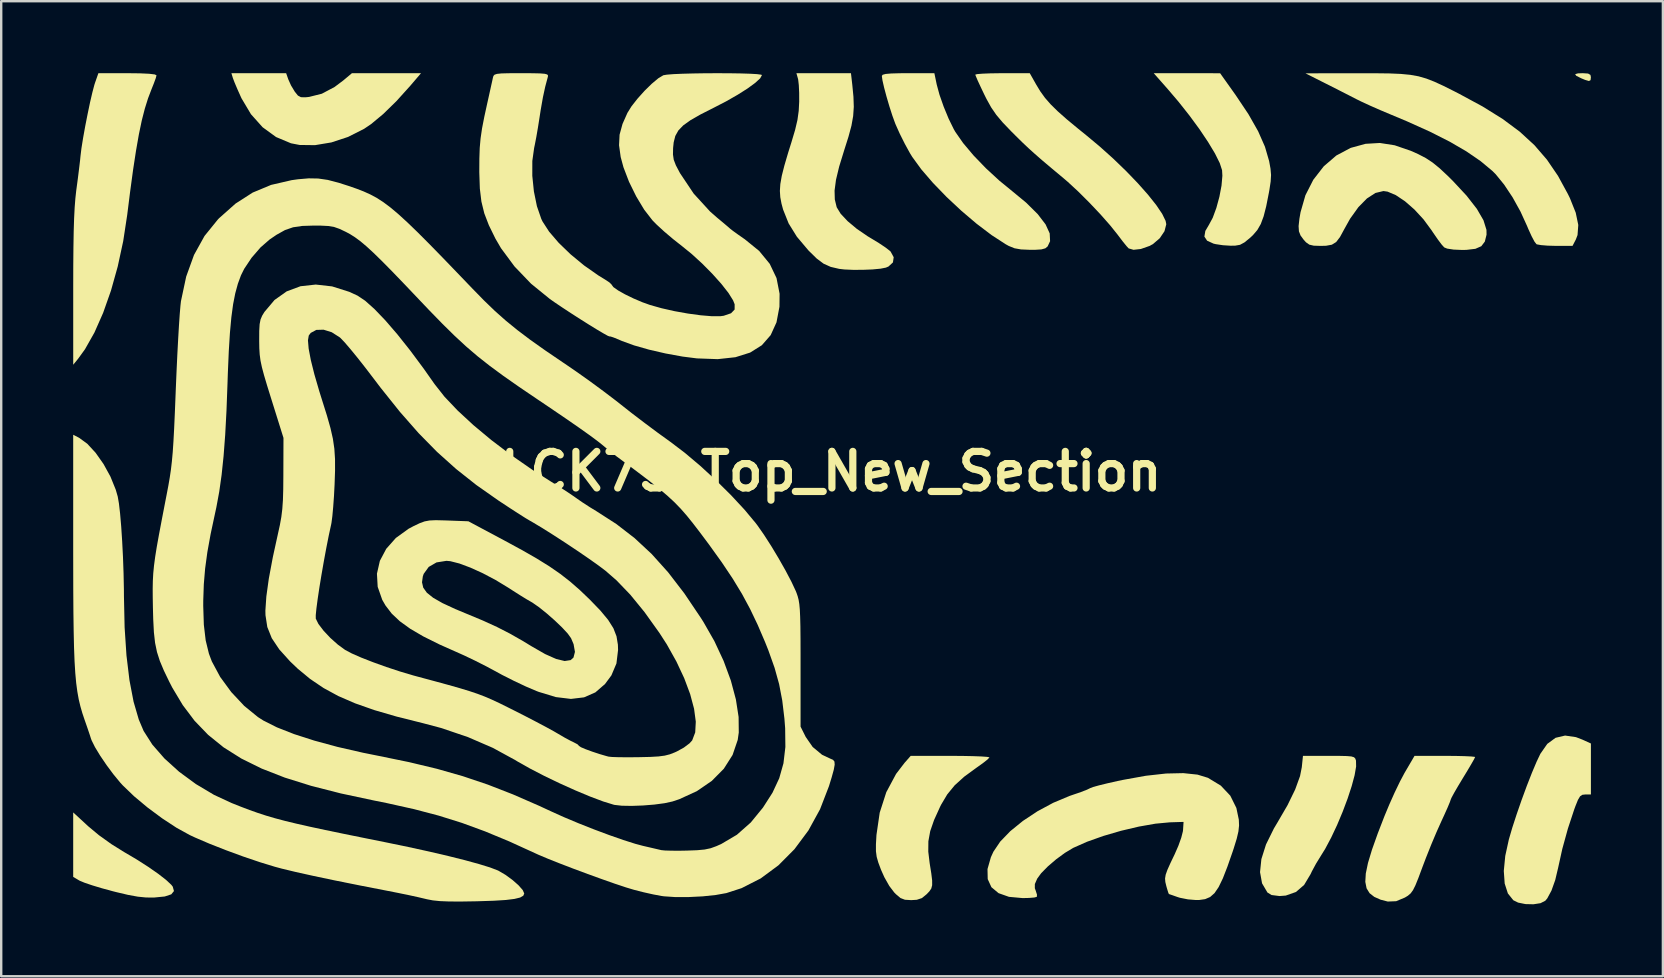
<source format=kicad_pcb>
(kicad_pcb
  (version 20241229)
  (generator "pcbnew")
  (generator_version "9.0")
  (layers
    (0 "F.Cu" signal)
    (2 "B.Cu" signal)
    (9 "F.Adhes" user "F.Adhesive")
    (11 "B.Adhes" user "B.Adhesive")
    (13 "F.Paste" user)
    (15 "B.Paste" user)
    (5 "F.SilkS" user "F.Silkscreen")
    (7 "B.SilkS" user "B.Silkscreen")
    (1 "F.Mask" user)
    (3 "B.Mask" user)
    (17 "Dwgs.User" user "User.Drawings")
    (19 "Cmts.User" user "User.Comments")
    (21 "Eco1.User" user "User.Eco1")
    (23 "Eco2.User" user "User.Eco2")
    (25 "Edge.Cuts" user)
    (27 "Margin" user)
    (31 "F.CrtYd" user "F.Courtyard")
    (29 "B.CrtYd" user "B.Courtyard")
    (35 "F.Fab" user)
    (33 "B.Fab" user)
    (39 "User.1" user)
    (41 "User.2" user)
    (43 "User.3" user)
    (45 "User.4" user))
  (footprint "LCK75_Top_New_Section"
    (layer "F.Cu")
    (at 31.581 16.595)
    (property "Reference" "LCK75_Top_New_Section" (at 0 0 0) (layer "F.SilkS") (effects (font (size 1.524 1.524) (thickness 0.3))))
    (attr board_only exclude_from_pos_files exclude_from_bom)
    (fp_poly (pts (xy 31.548 -16.58) (xy 31.646 -16.523) (xy 31.665 -16.425) (xy 31.651 -16.305) (xy 31.582 -16.269) (xy 31.422 -16.316) (xy 31.263 -16.382) (xy 31.054 -16.487) (xy 31.008 -16.554) (xy 31.127 -16.588) (xy 31.327 -16.595)) (stroke (width 0) (type solid)) (fill yes) (layer "F.SilkS"))
    (fp_poly (pts (xy -30.947 14.794) (xy -30.51 15.158) (xy -29.989 15.531) (xy -29.46 15.861) (xy -29.444 15.87) (xy -28.935 16.17) (xy -28.459 16.475) (xy -28.042 16.765) (xy -27.711 17.022) (xy -27.491 17.228) (xy -27.432 17.304) (xy -27.382 17.487) (xy -27.493 17.623) (xy -27.764 17.713) (xy -28.198 17.756) (xy -28.217 17.757) (xy -28.544 17.755) (xy -28.887 17.721) (xy -29.288 17.648) (xy -29.794 17.529) (xy -29.95 17.489) (xy -30.386 17.37) (xy -30.784 17.25) (xy -31.103 17.142) (xy -31.305 17.059) (xy -31.325 17.048) (xy -31.581 16.897) (xy -31.581 14.21)) (stroke (width 0) (type solid)) (fill yes) (layer "F.SilkS"))
    (fp_poly (pts (xy -22.617 -16.337) (xy -22.503 -16.084) (xy -22.349 -15.828) (xy -22.342 -15.819) (xy -22.216 -15.662) (xy -22.089 -15.594) (xy -21.896 -15.591) (xy -21.752 -15.606) (xy -21.22 -15.739) (xy -20.691 -16.019) (xy -20.327 -16.292) (xy -19.965 -16.595) (xy -17.086 -16.595) (xy -17.538 -16.066) (xy -18.113 -15.429) (xy -18.663 -14.892) (xy -19.168 -14.473) (xy -19.461 -14.275) (xy -20.126 -13.939) (xy -20.82 -13.71) (xy -21.505 -13.596) (xy -22.145 -13.604) (xy -22.506 -13.674) (xy -23.126 -13.934) (xy -23.687 -14.342) (xy -24.172 -14.884) (xy -24.565 -15.544) (xy -24.597 -15.613) (xy -24.738 -15.928) (xy -24.855 -16.204) (xy -24.925 -16.389) (xy -24.93 -16.404) (xy -24.988 -16.595) (xy -22.707 -16.595)) (stroke (width 0) (type solid)) (fill yes) (layer "F.SilkS"))
    (fp_poly (pts (xy 21.19 11.854) (xy 21.493 11.861) (xy 21.685 11.878) (xy 21.793 11.911) (xy 21.846 11.965) (xy 21.874 12.044) (xy 21.876 12.053) (xy 21.881 12.297) (xy 21.818 12.661) (xy 21.696 13.115) (xy 21.527 13.631) (xy 21.321 14.18) (xy 21.09 14.731) (xy 20.843 15.256) (xy 20.593 15.726) (xy 20.398 16.041) (xy 20.211 16.345) (xy 20.036 16.669) (xy 19.983 16.782) (xy 19.716 17.229) (xy 19.373 17.526) (xy 18.95 17.675) (xy 18.688 17.695) (xy 18.356 17.652) (xy 18.185 17.547) (xy 17.961 17.165) (xy 17.877 16.698) (xy 17.933 16.155) (xy 18.126 15.545) (xy 18.455 14.878) (xy 18.593 14.647) (xy 19.024 13.906) (xy 19.342 13.253) (xy 19.544 12.696) (xy 19.617 12.328) (xy 19.666 11.853) (xy 20.746 11.853)) (stroke (width 0) (type solid)) (fill yes) (layer "F.SilkS"))
    (fp_poly (pts (xy 31.042 11.073) (xy 31.305 11.174) (xy 31.665 11.337) (xy 31.665 13.462) (xy 31.431 13.462) (xy 31.307 13.476) (xy 31.213 13.54) (xy 31.125 13.688) (xy 31.019 13.951) (xy 30.973 14.076) (xy 30.707 14.882) (xy 30.474 15.727) (xy 30.301 16.51) (xy 30.178 17.029) (xy 30.021 17.469) (xy 29.846 17.793) (xy 29.764 17.891) (xy 29.566 17.992) (xy 29.269 18.038) (xy 28.937 18.03) (xy 28.631 17.968) (xy 28.432 17.87) (xy 28.205 17.586) (xy 28.072 17.174) (xy 28.035 16.648) (xy 28.096 16.021) (xy 28.246 15.336) (xy 28.389 14.846) (xy 28.572 14.284) (xy 28.779 13.688) (xy 28.996 13.098) (xy 29.209 12.554) (xy 29.403 12.095) (xy 29.558 11.769) (xy 29.847 11.354) (xy 30.191 11.101) (xy 30.589 11.007)) (stroke (width 0) (type solid)) (fill yes) (layer "F.SilkS"))
    (fp_poly (pts (xy 14.83 -16.594) (xy 16.214 -16.593) (xy 16.861 -15.683) (xy 17.393 -14.888) (xy 17.797 -14.177) (xy 18.082 -13.531) (xy 18.255 -12.936) (xy 18.256 -12.932) (xy 18.314 -12.614) (xy 18.336 -12.353) (xy 18.32 -12.081) (xy 18.267 -11.73) (xy 18.245 -11.61) (xy 18.135 -11.052) (xy 18.027 -10.63) (xy 17.908 -10.31) (xy 17.765 -10.061) (xy 17.583 -9.848) (xy 17.466 -9.738) (xy 17.229 -9.544) (xy 17.042 -9.443) (xy 16.834 -9.407) (xy 16.646 -9.406) (xy 16.33 -9.426) (xy 16.036 -9.47) (xy 15.94 -9.492) (xy 15.671 -9.615) (xy 15.558 -9.787) (xy 15.598 -10.022) (xy 15.743 -10.268) (xy 15.906 -10.57) (xy 16.057 -10.981) (xy 16.184 -11.447) (xy 16.272 -11.912) (xy 16.308 -12.32) (xy 16.295 -12.552) (xy 16.198 -12.85) (xy 16 -13.248) (xy 15.713 -13.725) (xy 15.355 -14.259) (xy 14.938 -14.827) (xy 14.479 -15.407) (xy 14.043 -15.919) (xy 13.447 -16.595)) (stroke (width 0) (type solid)) (fill yes) (layer "F.SilkS"))
    (fp_poly (pts (xy -28.797 -16.589) (xy -28.414 -16.571) (xy -28.182 -16.543) (xy -28.109 -16.507) (xy -28.14 -16.388) (xy -28.221 -16.166) (xy -28.315 -15.932) (xy -28.461 -15.549) (xy -28.596 -15.118) (xy -28.723 -14.623) (xy -28.844 -14.044) (xy -28.963 -13.365) (xy -29.085 -12.568) (xy -29.211 -11.636) (xy -29.33 -10.689) (xy -29.496 -9.599) (xy -29.725 -8.54) (xy -30.006 -7.536) (xy -30.332 -6.611) (xy -30.695 -5.789) (xy -31.087 -5.095) (xy -31.373 -4.699) (xy -31.58 -4.445) (xy -31.58 -7.62) (xy -31.578 -8.554) (xy -31.571 -9.338) (xy -31.56 -9.993) (xy -31.543 -10.538) (xy -31.52 -10.993) (xy -31.49 -11.378) (xy -31.453 -11.713) (xy -31.445 -11.769) (xy -31.387 -12.204) (xy -31.335 -12.62) (xy -31.294 -12.965) (xy -31.276 -13.148) (xy -31.237 -13.466) (xy -31.169 -13.891) (xy -31.081 -14.38) (xy -30.981 -14.889) (xy -30.879 -15.376) (xy -30.781 -15.797) (xy -30.698 -16.111) (xy -30.672 -16.192) (xy -30.531 -16.595) (xy -29.32 -16.595)) (stroke (width 0) (type solid)) (fill yes) (layer "F.SilkS"))
    (fp_poly (pts (xy 26.018 11.856) (xy 26.391 11.865) (xy 26.668 11.878) (xy 26.82 11.894) (xy 26.839 11.902) (xy 26.798 11.99) (xy 26.684 12.19) (xy 26.517 12.473) (xy 26.331 12.778) (xy 26.13 13.112) (xy 25.966 13.394) (xy 25.858 13.594) (xy 25.823 13.676) (xy 25.789 13.777) (xy 25.697 13.998) (xy 25.561 14.302) (xy 25.424 14.6) (xy 25.229 15.035) (xy 25.008 15.559) (xy 24.792 16.101) (xy 24.637 16.509) (xy 24.476 16.942) (xy 24.353 17.246) (xy 24.251 17.45) (xy 24.152 17.585) (xy 24.038 17.682) (xy 23.915 17.757) (xy 23.55 17.91) (xy 23.2 17.924) (xy 22.902 17.847) (xy 22.637 17.729) (xy 22.442 17.576) (xy 22.317 17.373) (xy 22.264 17.104) (xy 22.284 16.756) (xy 22.376 16.314) (xy 22.542 15.763) (xy 22.782 15.088) (xy 23.061 14.367) (xy 23.263 13.882) (xy 23.486 13.383) (xy 23.706 12.927) (xy 23.896 12.569) (xy 23.916 12.535) (xy 24.315 11.853) (xy 25.577 11.853)) (stroke (width 0) (type solid)) (fill yes) (layer "F.SilkS"))
    (fp_poly (pts (xy 5.468 11.856) (xy 5.911 11.865) (xy 6.264 11.878) (xy 6.502 11.895) (xy 6.6 11.914) (xy 6.601 11.917) (xy 6.535 11.992) (xy 6.362 12.131) (xy 6.117 12.308) (xy 6.072 12.339) (xy 5.551 12.72) (xy 5.153 13.08) (xy 4.844 13.457) (xy 4.588 13.887) (xy 4.543 13.977) (xy 4.293 14.528) (xy 4.133 14.99) (xy 4.056 15.413) (xy 4.052 15.844) (xy 4.109 16.321) (xy 4.177 16.747) (xy 4.213 17.042) (xy 4.214 17.242) (xy 4.177 17.383) (xy 4.097 17.5) (xy 3.986 17.617) (xy 3.787 17.78) (xy 3.573 17.851) (xy 3.338 17.865) (xy 3.078 17.849) (xy 2.892 17.777) (xy 2.702 17.616) (xy 2.632 17.544) (xy 2.427 17.274) (xy 2.221 16.909) (xy 2.083 16.601) (xy 1.97 16.299) (xy 1.902 16.061) (xy 1.871 15.827) (xy 1.871 15.539) (xy 1.893 15.147) (xy 2.028 14.22) (xy 2.302 13.368) (xy 2.71 12.606) (xy 3.062 12.146) (xy 3.32 11.853) (xy 4.962 11.853)) (stroke (width 0) (type solid)) (fill yes) (layer "F.SilkS"))
    (fp_poly (pts (xy 4.404 -16.123) (xy 4.519 -15.698) (xy 4.694 -15.199) (xy 4.901 -14.698) (xy 5.113 -14.265) (xy 5.179 -14.15) (xy 5.503 -13.685) (xy 5.938 -13.168) (xy 6.453 -12.634) (xy 7.013 -12.118) (xy 7.493 -11.726) (xy 8.129 -11.201) (xy 8.612 -10.723) (xy 8.94 -10.295) (xy 9.112 -9.919) (xy 9.128 -9.595) (xy 9.026 -9.377) (xy 8.93 -9.297) (xy 8.767 -9.252) (xy 8.498 -9.235) (xy 8.288 -9.235) (xy 7.917 -9.251) (xy 7.646 -9.299) (xy 7.406 -9.396) (xy 7.276 -9.468) (xy 6.688 -9.85) (xy 6.062 -10.325) (xy 5.428 -10.864) (xy 4.813 -11.439) (xy 4.248 -12.023) (xy 3.762 -12.587) (xy 3.385 -13.105) (xy 3.29 -13.259) (xy 3.076 -13.648) (xy 2.865 -14.07) (xy 2.697 -14.445) (xy 2.672 -14.505) (xy 2.554 -14.831) (xy 2.43 -15.217) (xy 2.312 -15.619) (xy 2.212 -15.993) (xy 2.143 -16.294) (xy 2.117 -16.48) (xy 2.117 -16.481) (xy 2.152 -16.53) (xy 2.275 -16.563) (xy 2.506 -16.583) (xy 2.869 -16.593) (xy 3.211 -16.595) (xy 4.306 -16.595)) (stroke (width 0) (type solid)) (fill yes) (layer "F.SilkS"))
    (fp_poly (pts (xy 22.678 -16.592) (xy 23.264 -16.585) (xy 23.74 -16.565) (xy 24.136 -16.527) (xy 24.482 -16.465) (xy 24.807 -16.371) (xy 25.141 -16.241) (xy 25.515 -16.069) (xy 25.957 -15.848) (xy 26.162 -15.743) (xy 27.148 -15.21) (xy 27.988 -14.687) (xy 28.702 -14.156) (xy 29.311 -13.596) (xy 29.834 -12.99) (xy 30.293 -12.317) (xy 30.707 -11.558) (xy 30.791 -11.386) (xy 31.033 -10.78) (xy 31.139 -10.269) (xy 31.108 -9.85) (xy 31.038 -9.666) (xy 30.899 -9.398) (xy 30.203 -9.399) (xy 29.865 -9.408) (xy 29.586 -9.431) (xy 29.415 -9.462) (xy 29.394 -9.472) (xy 29.312 -9.579) (xy 29.193 -9.804) (xy 29.056 -10.104) (xy 29.008 -10.22) (xy 28.731 -10.828) (xy 28.402 -11.421) (xy 28.048 -11.953) (xy 27.698 -12.383) (xy 27.56 -12.521) (xy 27.065 -12.933) (xy 26.476 -13.337) (xy 25.779 -13.742) (xy 24.957 -14.158) (xy 23.994 -14.592) (xy 23.326 -14.872) (xy 22.896 -15.053) (xy 22.466 -15.242) (xy 22.093 -15.414) (xy 21.886 -15.516) (xy 21.583 -15.672) (xy 21.191 -15.872) (xy 20.776 -16.083) (xy 20.574 -16.184) (xy 19.77 -16.59) (xy 21.953 -16.592)) (stroke (width 0) (type solid)) (fill yes) (layer "F.SilkS"))
    (fp_poly (pts (xy 8.545 -16.128) (xy 8.721 -15.837) (xy 8.915 -15.568) (xy 9.15 -15.299) (xy 9.445 -15.009) (xy 9.822 -14.675) (xy 10.304 -14.276) (xy 10.625 -14.017) (xy 11.206 -13.532) (xy 11.77 -13.025) (xy 12.301 -12.512) (xy 12.785 -12.009) (xy 13.206 -11.534) (xy 13.549 -11.104) (xy 13.799 -10.734) (xy 13.942 -10.442) (xy 13.97 -10.3) (xy 13.895 -10.009) (xy 13.698 -9.717) (xy 13.417 -9.476) (xy 13.27 -9.395) (xy 12.91 -9.269) (xy 12.606 -9.235) (xy 12.403 -9.293) (xy 12.314 -9.389) (xy 12.158 -9.581) (xy 11.967 -9.833) (xy 11.944 -9.864) (xy 11.63 -10.256) (xy 11.226 -10.714) (xy 10.77 -11.196) (xy 10.305 -11.66) (xy 9.868 -12.064) (xy 9.694 -12.213) (xy 9.202 -12.624) (xy 8.812 -12.953) (xy 8.496 -13.228) (xy 8.223 -13.475) (xy 7.966 -13.718) (xy 7.695 -13.985) (xy 7.513 -14.167) (xy 7.154 -14.541) (xy 6.887 -14.858) (xy 6.674 -15.168) (xy 6.477 -15.523) (xy 6.391 -15.695) (xy 6.233 -16.026) (xy 6.106 -16.3) (xy 6.029 -16.482) (xy 6.011 -16.535) (xy 6.091 -16.557) (xy 6.309 -16.575) (xy 6.634 -16.588) (xy 7.036 -16.594) (xy 7.146 -16.595) (xy 8.281 -16.595)) (stroke (width 0) (type solid)) (fill yes) (layer "F.SilkS"))
    (fp_poly (pts (xy 0.886 -16.108) (xy 0.934 -15.611) (xy 0.948 -15.193) (xy 0.922 -14.809) (xy 0.851 -14.409) (xy 0.727 -13.948) (xy 0.546 -13.377) (xy 0.338 -12.701) (xy 0.206 -12.151) (xy 0.147 -11.703) (xy 0.157 -11.333) (xy 0.234 -11.016) (xy 0.24 -11.001) (xy 0.403 -10.735) (xy 0.691 -10.429) (xy 1.075 -10.108) (xy 1.525 -9.8) (xy 1.678 -9.708) (xy 1.993 -9.517) (xy 2.264 -9.336) (xy 2.448 -9.194) (xy 2.483 -9.161) (xy 2.611 -8.926) (xy 2.579 -8.709) (xy 2.394 -8.539) (xy 2.286 -8.493) (xy 2.064 -8.449) (xy 1.726 -8.417) (xy 1.325 -8.401) (xy 0.916 -8.4) (xy 0.551 -8.416) (xy 0.339 -8.441) (xy -0.013 -8.523) (xy -0.308 -8.655) (xy -0.595 -8.869) (xy -0.925 -9.192) (xy -0.947 -9.215) (xy -1.425 -9.782) (xy -1.767 -10.334) (xy -1.997 -10.91) (xy -2.065 -11.162) (xy -2.115 -11.428) (xy -2.132 -11.69) (xy -2.113 -11.977) (xy -2.053 -12.318) (xy -1.946 -12.741) (xy -1.789 -13.276) (xy -1.651 -13.716) (xy -1.498 -14.229) (xy -1.4 -14.645) (xy -1.347 -15.025) (xy -1.327 -15.409) (xy -1.328 -15.773) (xy -1.343 -16.097) (xy -1.369 -16.325) (xy -1.377 -16.362) (xy -1.443 -16.595) (xy 0.83 -16.595)) (stroke (width 0) (type solid)) (fill yes) (layer "F.SilkS"))
    (fp_poly (pts (xy 23.487 -13.591) (xy 24.161 -13.36) (xy 24.464 -13.225) (xy 24.779 -13.061) (xy 25.064 -12.874) (xy 25.359 -12.635) (xy 25.704 -12.312) (xy 25.907 -12.111) (xy 26.485 -11.49) (xy 26.912 -10.942) (xy 27.188 -10.467) (xy 27.313 -10.066) (xy 27.316 -9.865) (xy 27.244 -9.576) (xy 27.098 -9.385) (xy 26.85 -9.276) (xy 26.475 -9.232) (xy 26.296 -9.229) (xy 25.943 -9.244) (xy 25.676 -9.285) (xy 25.553 -9.335) (xy 25.447 -9.452) (xy 25.282 -9.672) (xy 25.087 -9.954) (xy 25.021 -10.054) (xy 24.688 -10.505) (xy 24.311 -10.914) (xy 23.917 -11.258) (xy 23.534 -11.514) (xy 23.192 -11.659) (xy 23.02 -11.684) (xy 22.686 -11.604) (xy 22.332 -11.375) (xy 21.975 -11.012) (xy 21.631 -10.532) (xy 21.393 -10.106) (xy 21.21 -9.769) (xy 21.05 -9.559) (xy 20.87 -9.448) (xy 20.629 -9.404) (xy 20.406 -9.398) (xy 20.115 -9.407) (xy 19.931 -9.45) (xy 19.792 -9.548) (xy 19.693 -9.658) (xy 19.566 -9.831) (xy 19.498 -10.004) (xy 19.484 -10.222) (xy 19.518 -10.53) (xy 19.565 -10.801) (xy 19.768 -11.508) (xy 20.097 -12.154) (xy 20.533 -12.715) (xy 21.057 -13.165) (xy 21.647 -13.478) (xy 21.675 -13.488) (xy 22.275 -13.652) (xy 22.869 -13.687)) (stroke (width 0) (type solid)) (fill yes) (layer "F.SilkS"))
    (fp_poly (pts (xy 15.272 12.635) (xy 15.706 12.768) (xy 16.243 13.094) (xy 16.638 13.513) (xy 16.891 14.024) (xy 16.993 14.512) (xy 17.003 14.752) (xy 16.976 15.004) (xy 16.904 15.31) (xy 16.778 15.718) (xy 16.739 15.835) (xy 16.518 16.469) (xy 16.327 16.959) (xy 16.152 17.321) (xy 15.98 17.574) (xy 15.797 17.735) (xy 15.589 17.824) (xy 15.343 17.859) (xy 15.207 17.861) (xy 14.871 17.833) (xy 14.539 17.767) (xy 14.436 17.735) (xy 14.224 17.66) (xy 14.095 17.616) (xy 14.079 17.612) (xy 14.048 17.538) (xy 13.993 17.356) (xy 13.972 17.281) (xy 13.931 17.111) (xy 13.919 16.964) (xy 13.945 16.805) (xy 14.019 16.598) (xy 14.15 16.307) (xy 14.319 15.955) (xy 14.473 15.603) (xy 14.594 15.265) (xy 14.662 14.999) (xy 14.669 14.939) (xy 14.69 14.605) (xy 14.119 14.623) (xy 13.521 14.679) (xy 12.825 14.801) (xy 12.083 14.976) (xy 11.347 15.191) (xy 10.667 15.433) (xy 10.096 15.686) (xy 10.092 15.688) (xy 9.744 15.897) (xy 9.377 16.167) (xy 9.034 16.461) (xy 8.756 16.744) (xy 8.592 16.968) (xy 8.493 17.195) (xy 8.492 17.369) (xy 8.529 17.47) (xy 8.583 17.64) (xy 8.574 17.729) (xy 8.469 17.756) (xy 8.245 17.774) (xy 7.984 17.78) (xy 7.415 17.728) (xy 6.98 17.574) (xy 6.683 17.326) (xy 6.529 16.99) (xy 6.52 16.571) (xy 6.661 16.077) (xy 6.766 15.847) (xy 7.05 15.426) (xy 7.47 14.991) (xy 7.997 14.563) (xy 8.603 14.162) (xy 9.259 13.809) (xy 9.935 13.525) (xy 10.118 13.462) (xy 10.421 13.358) (xy 10.666 13.263) (xy 10.802 13.197) (xy 10.808 13.194) (xy 10.921 13.15) (xy 11.169 13.082) (xy 11.52 12.996) (xy 11.942 12.901) (xy 12.162 12.855) (xy 13.117 12.683) (xy 13.96 12.589) (xy 14.681 12.573)) (stroke (width 0) (type solid)) (fill yes) (layer "F.SilkS"))
    (fp_poly (pts (xy -16.108 2.041) (xy -15.985 2.045) (xy -15.113 2.078) (xy -13.632 2.868) (xy -12.883 3.275) (xy -12.261 3.631) (xy -11.736 3.957) (xy -11.281 4.272) (xy -10.868 4.594) (xy -10.467 4.945) (xy -10.055 5.339) (xy -9.612 5.798) (xy -9.289 6.187) (xy -9.07 6.534) (xy -8.94 6.869) (xy -8.882 7.221) (xy -8.875 7.44) (xy -8.943 8.003) (xy -9.153 8.5) (xy -9.418 8.858) (xy -9.821 9.208) (xy -10.292 9.415) (xy -10.838 9.48) (xy -11.466 9.404) (xy -12.181 9.187) (xy -12.277 9.15) (xy -12.712 8.965) (xy -13.213 8.729) (xy -13.702 8.482) (xy -13.928 8.359) (xy -14.364 8.124) (xy -14.84 7.883) (xy -15.284 7.671) (xy -15.494 7.577) (xy -16.316 7.211) (xy -16.992 6.875) (xy -17.537 6.556) (xy -17.97 6.243) (xy -18.308 5.924) (xy -18.567 5.586) (xy -18.702 5.352) (xy -18.892 4.809) (xy -18.903 4.62) (xy -17.045 4.62) (xy -16.994 4.843) (xy -16.844 5.054) (xy -16.581 5.265) (xy -16.191 5.488) (xy -15.661 5.734) (xy -15.203 5.925) (xy -14.509 6.214) (xy -13.922 6.482) (xy -13.385 6.757) (xy -12.843 7.066) (xy -12.488 7.282) (xy -11.915 7.611) (xy -11.453 7.817) (xy -11.1 7.901) (xy -10.851 7.863) (xy -10.733 7.757) (xy -10.672 7.52) (xy -10.728 7.201) (xy -10.834 6.95) (xy -10.971 6.759) (xy -11.209 6.502) (xy -11.512 6.212) (xy -11.843 5.921) (xy -12.165 5.662) (xy -12.443 5.468) (xy -12.531 5.417) (xy -12.692 5.324) (xy -12.952 5.164) (xy -13.268 4.963) (xy -13.457 4.841) (xy -13.976 4.526) (xy -14.51 4.244) (xy -15.025 4.01) (xy -15.488 3.837) (xy -15.864 3.741) (xy -16.027 3.726) (xy -16.441 3.792) (xy -16.765 3.979) (xy -16.975 4.269) (xy -17.011 4.374) (xy -17.045 4.62) (xy -18.903 4.62) (xy -18.923 4.261) (xy -18.801 3.726) (xy -18.535 3.224) (xy -18.134 2.772) (xy -17.604 2.389) (xy -17.397 2.279) (xy -17.143 2.158) (xy -16.938 2.083) (xy -16.731 2.044) (xy -16.472 2.032)) (stroke (width 0) (type solid)) (fill yes) (layer "F.SilkS"))
    (fp_poly (pts (xy -31.338 -1.403) (xy -30.995 -1.154) (xy -30.647 -0.777) (xy -30.316 -0.307) (xy -30.028 0.217) (xy -29.808 0.76) (xy -29.725 1.046) (xy -29.675 1.335) (xy -29.626 1.762) (xy -29.58 2.297) (xy -29.54 2.91) (xy -29.506 3.57) (xy -29.482 4.246) (xy -29.468 4.908) (xy -29.466 5.207) (xy -29.438 6.5) (xy -29.361 7.667) (xy -29.236 8.702) (xy -29.065 9.595) (xy -28.848 10.339) (xy -28.647 10.813) (xy -28.283 11.384) (xy -27.78 11.96) (xy -27.166 12.516) (xy -26.467 13.029) (xy -25.713 13.478) (xy -24.978 13.819) (xy -24.591 13.973) (xy -24.235 14.108) (xy -23.891 14.23) (xy -23.542 14.344) (xy -23.17 14.453) (xy -22.756 14.563) (xy -22.281 14.678) (xy -21.729 14.803) (xy -21.081 14.942) (xy -20.318 15.1) (xy -19.422 15.282) (xy -18.542 15.459) (xy -17.614 15.651) (xy -16.746 15.841) (xy -15.954 16.026) (xy -15.255 16.201) (xy -14.669 16.362) (xy -14.211 16.503) (xy -13.899 16.622) (xy -13.856 16.642) (xy -13.561 16.815) (xy -13.27 17.029) (xy -13.02 17.25) (xy -12.846 17.449) (xy -12.785 17.588) (xy -12.825 17.682) (xy -12.956 17.757) (xy -13.194 17.815) (xy -13.553 17.859) (xy -14.048 17.89) (xy -14.695 17.911) (xy -14.817 17.914) (xy -15.439 17.924) (xy -15.923 17.921) (xy -16.297 17.906) (xy -16.592 17.876) (xy -16.838 17.829) (xy -16.891 17.816) (xy -17.179 17.748) (xy -17.579 17.66) (xy -18.036 17.566) (xy -18.457 17.483) (xy -19.642 17.252) (xy -20.683 17.043) (xy -21.575 16.855) (xy -22.314 16.691) (xy -22.894 16.551) (xy -23.175 16.475) (xy -23.8 16.284) (xy -24.499 16.047) (xy -25.218 15.783) (xy -25.904 15.513) (xy -26.503 15.256) (xy -26.722 15.154) (xy -27.271 14.852) (xy -27.873 14.457) (xy -28.48 14.007) (xy -29.042 13.538) (xy -29.511 13.087) (xy -29.614 12.975) (xy -29.901 12.627) (xy -30.191 12.237) (xy -30.457 11.845) (xy -30.673 11.489) (xy -30.813 11.208) (xy -30.84 11.134) (xy -30.892 10.973) (xy -30.982 10.707) (xy -31.092 10.39) (xy -31.105 10.354) (xy -31.2 10.07) (xy -31.281 9.789) (xy -31.351 9.496) (xy -31.408 9.177) (xy -31.456 8.817) (xy -31.494 8.4) (xy -31.524 7.912) (xy -31.546 7.337) (xy -31.561 6.662) (xy -31.572 5.869) (xy -31.578 4.946) (xy -31.58 3.877) (xy -31.581 3.225) (xy -31.581 -1.528)) (stroke (width 0) (type solid)) (fill yes) (layer "F.SilkS"))
    (fp_poly (pts (xy -12.444 -16.593) (xy -12.128 -16.586) (xy -11.931 -16.57) (xy -11.828 -16.542) (xy -11.794 -16.498) (xy -11.8 -16.447) (xy -11.911 -16.03) (xy -12.007 -15.588) (xy -12.099 -15.064) (xy -12.148 -14.747) (xy -12.214 -14.33) (xy -12.283 -13.929) (xy -12.346 -13.604) (xy -12.373 -13.477) (xy -12.448 -12.939) (xy -12.449 -12.317) (xy -12.383 -11.669) (xy -12.257 -11.053) (xy -12.076 -10.527) (xy -12.025 -10.419) (xy -11.748 -9.991) (xy -11.346 -9.523) (xy -10.85 -9.044) (xy -10.289 -8.582) (xy -9.695 -8.166) (xy -9.419 -7.997) (xy -9.241 -7.88) (xy -9.148 -7.792) (xy -9.144 -7.78) (xy -9.07 -7.681) (xy -8.872 -7.541) (xy -8.582 -7.378) (xy -8.235 -7.209) (xy -7.864 -7.051) (xy -7.546 -6.937) (xy -7.06 -6.8) (xy -6.52 -6.678) (xy -5.967 -6.579) (xy -5.438 -6.507) (xy -4.973 -6.468) (xy -4.611 -6.468) (xy -4.472 -6.487) (xy -4.167 -6.591) (xy -4.018 -6.746) (xy -4.017 -6.965) (xy -4.082 -7.129) (xy -4.276 -7.439) (xy -4.575 -7.82) (xy -4.95 -8.238) (xy -5.37 -8.662) (xy -5.805 -9.06) (xy -6.205 -9.385) (xy -6.578 -9.679) (xy -6.951 -9.995) (xy -7.271 -10.289) (xy -7.44 -10.461) (xy -7.785 -10.906) (xy -8.12 -11.462) (xy -8.419 -12.071) (xy -8.65 -12.674) (xy -8.766 -13.102) (xy -8.834 -13.594) (xy -8.812 -14.033) (xy -8.69 -14.48) (xy -8.485 -14.941) (xy -8.315 -15.215) (xy -8.066 -15.532) (xy -7.774 -15.858) (xy -7.473 -16.153) (xy -7.198 -16.383) (xy -6.989 -16.509) (xy -6.841 -16.534) (xy -6.565 -16.556) (xy -6.189 -16.572) (xy -5.739 -16.584) (xy -5.245 -16.592) (xy -4.735 -16.594) (xy -4.236 -16.592) (xy -3.776 -16.585) (xy -3.383 -16.573) (xy -3.086 -16.556) (xy -2.912 -16.533) (xy -2.879 -16.517) (xy -2.952 -16.382) (xy -3.159 -16.192) (xy -3.477 -15.959) (xy -3.887 -15.699) (xy -4.367 -15.424) (xy -4.884 -15.157) (xy -5.441 -14.874) (xy -5.86 -14.634) (xy -6.161 -14.418) (xy -6.364 -14.206) (xy -6.49 -13.979) (xy -6.557 -13.716) (xy -6.582 -13.475) (xy -6.587 -13.207) (xy -6.555 -12.988) (xy -6.466 -12.756) (xy -6.304 -12.449) (xy -6.29 -12.424) (xy -5.724 -11.578) (xy -5.041 -10.831) (xy -4.755 -10.58) (xy -4.512 -10.378) (xy -4.313 -10.21) (xy -4.202 -10.113) (xy -4.202 -10.113) (xy -4.087 -10.023) (xy -3.876 -9.871) (xy -3.614 -9.688) (xy -3.598 -9.678) (xy -2.997 -9.19) (xy -2.555 -8.651) (xy -2.272 -8.058) (xy -2.144 -7.404) (xy -2.15 -6.862) (xy -2.273 -6.213) (xy -2.516 -5.679) (xy -2.883 -5.259) (xy -3.372 -4.952) (xy -3.985 -4.759) (xy -4.723 -4.679) (xy -5.588 -4.71) (xy -6.187 -4.786) (xy -6.898 -4.916) (xy -7.587 -5.075) (xy -8.208 -5.252) (xy -8.712 -5.435) (xy -8.767 -5.459) (xy -9.01 -5.561) (xy -9.178 -5.62) (xy -9.229 -5.625) (xy -9.295 -5.647) (xy -9.476 -5.747) (xy -9.747 -5.907) (xy -10.081 -6.112) (xy -10.452 -6.346) (xy -10.835 -6.592) (xy -11.202 -6.833) (xy -11.53 -7.054) (xy -11.716 -7.185) (xy -12.501 -7.823) (xy -13.189 -8.54) (xy -13.753 -9.302) (xy -13.988 -9.705) (xy -14.26 -10.261) (xy -14.45 -10.756) (xy -14.57 -11.246) (xy -14.635 -11.787) (xy -14.657 -12.434) (xy -14.658 -12.495) (xy -14.655 -13.034) (xy -14.64 -13.479) (xy -14.604 -13.881) (xy -14.543 -14.296) (xy -14.45 -14.774) (xy -14.339 -15.282) (xy -14.251 -15.677) (xy -14.174 -16.026) (xy -14.116 -16.287) (xy -14.091 -16.404) (xy -14.069 -16.481) (xy -14.021 -16.533) (xy -13.92 -16.566) (xy -13.738 -16.585) (xy -13.449 -16.593) (xy -13.023 -16.595) (xy -12.904 -16.595)) (stroke (width 0) (type solid)) (fill yes) (layer "F.SilkS"))
    (fp_poly (pts (xy -20.791 -7.71) (xy -20.076 -7.484) (xy -19.731 -7.325) (xy -19.413 -7.112) (xy -19.024 -6.764) (xy -18.574 -6.295) (xy -18.076 -5.718) (xy -17.541 -5.045) (xy -16.98 -4.29) (xy -16.523 -3.641) (xy -16.11 -3.116) (xy -15.563 -2.54) (xy -14.904 -1.93) (xy -14.152 -1.304) (xy -13.329 -0.68) (xy -12.456 -0.074) (xy -11.684 0.416) (xy -11.329 0.636) (xy -10.988 0.857) (xy -10.714 1.042) (xy -10.626 1.105) (xy -10.367 1.285) (xy -10.04 1.497) (xy -9.779 1.656) (xy -8.946 2.192) (xy -8.184 2.781) (xy -7.472 3.444) (xy -6.789 4.204) (xy -6.114 5.082) (xy -5.427 6.101) (xy -5.322 6.266) (xy -4.862 7.071) (xy -4.477 7.896) (xy -4.175 8.715) (xy -3.965 9.502) (xy -3.852 10.233) (xy -3.845 10.88) (xy -3.889 11.189) (xy -4.103 11.816) (xy -4.468 12.39) (xy -4.97 12.897) (xy -5.594 13.325) (xy -6.325 13.66) (xy -6.607 13.754) (xy -6.936 13.826) (xy -7.363 13.883) (xy -7.836 13.921) (xy -8.304 13.938) (xy -8.717 13.931) (xy -9.022 13.897) (xy -9.059 13.888) (xy -9.496 13.753) (xy -10.042 13.548) (xy -10.657 13.291) (xy -11.305 12.999) (xy -11.948 12.69) (xy -12.548 12.379) (xy -13.068 12.086) (xy -13.166 12.026) (xy -14.091 11.521) (xy -15.134 11.07) (xy -16.245 10.693) (xy -17.018 10.488) (xy -18.097 10.218) (xy -19.028 9.947) (xy -19.833 9.664) (xy -20.534 9.36) (xy -21.152 9.024) (xy -21.71 8.646) (xy -22.228 8.217) (xy -22.541 7.918) (xy -22.994 7.416) (xy -23.306 6.949) (xy -23.492 6.484) (xy -23.568 5.99) (xy -23.572 5.8) (xy -23.532 5.212) (xy -23.429 4.468) (xy -23.261 3.57) (xy -23.054 2.625) (xy -22.969 2.239) (xy -22.908 1.901) (xy -22.867 1.567) (xy -22.841 1.196) (xy -22.828 0.743) (xy -22.823 0.166) (xy -22.823 0.127) (xy -22.818 -1.397) (xy -23.322 -3.006) (xy -23.497 -3.568) (xy -23.626 -4.002) (xy -23.717 -4.342) (xy -23.776 -4.621) (xy -23.809 -4.873) (xy -23.825 -5.131) (xy -23.83 -5.428) (xy -23.83 -5.461) (xy -23.83 -5.463) (xy -21.798 -5.463) (xy -21.769 -5.118) (xy -21.679 -4.642) (xy -21.53 -4.045) (xy -21.325 -3.34) (xy -21.207 -2.963) (xy -21.007 -2.328) (xy -20.86 -1.808) (xy -20.759 -1.362) (xy -20.698 -0.945) (xy -20.67 -0.514) (xy -20.669 -0.028) (xy -20.688 0.537) (xy -20.713 1.021) (xy -20.746 1.477) (xy -20.781 1.862) (xy -20.817 2.136) (xy -20.829 2.201) (xy -20.931 2.672) (xy -21.035 3.199) (xy -21.138 3.755) (xy -21.235 4.312) (xy -21.322 4.842) (xy -21.393 5.317) (xy -21.445 5.709) (xy -21.473 5.991) (xy -21.472 6.134) (xy -21.362 6.356) (xy -21.149 6.636) (xy -20.866 6.937) (xy -20.549 7.22) (xy -20.248 7.439) (xy -19.974 7.584) (xy -19.573 7.76) (xy -19.081 7.952) (xy -18.533 8.149) (xy -17.966 8.336) (xy -17.416 8.5) (xy -17.272 8.539) (xy -16.539 8.736) (xy -15.945 8.898) (xy -15.462 9.035) (xy -15.065 9.156) (xy -14.729 9.269) (xy -14.427 9.384) (xy -14.134 9.51) (xy -13.823 9.655) (xy -13.47 9.83) (xy -13.208 9.961) (xy -12.728 10.205) (xy -12.27 10.443) (xy -11.867 10.657) (xy -11.553 10.829) (xy -11.388 10.925) (xy -11.11 11.088) (xy -10.853 11.226) (xy -10.732 11.284) (xy -10.566 11.371) (xy -10.499 11.442) (xy -10.424 11.492) (xy -10.23 11.575) (xy -9.957 11.675) (xy -9.649 11.777) (xy -9.348 11.865) (xy -9.271 11.885) (xy -9.125 11.9) (xy -8.848 11.909) (xy -8.478 11.912) (xy -8.053 11.909) (xy -8.001 11.908) (xy -7.53 11.897) (xy -7.187 11.877) (xy -6.93 11.843) (xy -6.718 11.789) (xy -6.51 11.708) (xy -6.421 11.667) (xy -6.134 11.509) (xy -5.896 11.33) (xy -5.787 11.21) (xy -5.66 10.875) (xy -5.636 10.428) (xy -5.708 9.89) (xy -5.871 9.279) (xy -6.119 8.616) (xy -6.445 7.92) (xy -6.843 7.209) (xy -7.151 6.731) (xy -7.773 5.862) (xy -8.365 5.137) (xy -8.942 4.537) (xy -9.398 4.14) (xy -9.693 3.918) (xy -10.095 3.633) (xy -10.568 3.309) (xy -11.074 2.972) (xy -11.577 2.646) (xy -12.039 2.355) (xy -12.423 2.125) (xy -12.565 2.044) (xy -12.729 1.946) (xy -13 1.775) (xy -13.345 1.552) (xy -13.731 1.298) (xy -13.868 1.207) (xy -14.784 0.564) (xy -15.625 -0.102) (xy -16.419 -0.814) (xy -17.19 -1.599) (xy -17.965 -2.481) (xy -18.769 -3.486) (xy -19.061 -3.87) (xy -19.404 -4.319) (xy -19.734 -4.738) (xy -20.03 -5.1) (xy -20.272 -5.382) (xy -20.44 -5.558) (xy -20.469 -5.584) (xy -20.809 -5.801) (xy -21.147 -5.906) (xy -21.45 -5.897) (xy -21.683 -5.772) (xy -21.764 -5.663) (xy -21.798 -5.463) (xy -23.83 -5.463) (xy -23.828 -5.859) (xy -23.812 -6.134) (xy -23.774 -6.33) (xy -23.705 -6.493) (xy -23.611 -6.646) (xy -23.191 -7.144) (xy -22.686 -7.502) (xy -22.109 -7.717) (xy -21.473 -7.787)) (stroke (width 0) (type solid)) (fill yes) (layer "F.SilkS"))
    (fp_poly (pts (xy -21.371 -12.206) (xy -20.973 -12.148) (xy -20.518 -12.029) (xy -20.108 -11.898) (xy -19.777 -11.783) (xy -19.478 -11.668) (xy -19.199 -11.542) (xy -18.927 -11.395) (xy -18.65 -11.216) (xy -18.354 -10.994) (xy -18.028 -10.719) (xy -17.658 -10.381) (xy -17.231 -9.969) (xy -16.736 -9.473) (xy -16.159 -8.882) (xy -15.488 -8.185) (xy -14.941 -7.615) (xy -14.459 -7.122) (xy -14.007 -6.686) (xy -13.554 -6.284) (xy -13.073 -5.892) (xy -12.536 -5.486) (xy -11.912 -5.044) (xy -11.174 -4.542) (xy -11.095 -4.49) (xy -10.58 -4.136) (xy -10.016 -3.735) (xy -9.461 -3.326) (xy -8.968 -2.951) (xy -8.785 -2.807) (xy -8.309 -2.432) (xy -7.763 -2.016) (xy -7.213 -1.606) (xy -6.723 -1.252) (xy -6.689 -1.228) (xy -6.092 -0.774) (xy -5.448 -0.231) (xy -4.796 0.368) (xy -4.169 0.988) (xy -3.607 1.593) (xy -3.143 2.149) (xy -3.072 2.242) (xy -2.796 2.637) (xy -2.491 3.111) (xy -2.183 3.624) (xy -1.894 4.134) (xy -1.649 4.6) (xy -1.471 4.981) (xy -1.436 5.068) (xy -1.389 5.205) (xy -1.351 5.352) (xy -1.322 5.53) (xy -1.301 5.759) (xy -1.287 6.061) (xy -1.277 6.457) (xy -1.272 6.967) (xy -1.27 7.613) (xy -1.27 8.07) (xy -1.27 10.635) (xy -1.055 11.065) (xy -0.766 11.482) (xy -0.375 11.807) (xy -0.02 11.974) (xy 0.084 12.019) (xy 0.142 12.091) (xy 0.152 12.22) (xy 0.114 12.431) (xy 0.025 12.753) (xy -0.086 13.115) (xy -0.458 14.078) (xy -0.942 14.96) (xy -1.525 15.743) (xy -2.193 16.415) (xy -2.932 16.961) (xy -3.728 17.366) (xy -4.363 17.572) (xy -4.805 17.651) (xy -5.348 17.708) (xy -5.931 17.737) (xy -6.489 17.738) (xy -6.961 17.706) (xy -7.062 17.692) (xy -7.406 17.628) (xy -7.821 17.535) (xy -8.205 17.437) (xy -8.548 17.334) (xy -9.01 17.18) (xy -9.553 16.989) (xy -10.141 16.776) (xy -10.736 16.555) (xy -11.3 16.338) (xy -11.796 16.141) (xy -12.186 15.977) (xy -12.319 15.916) (xy -13.413 15.417) (xy -14.418 15) (xy -15.381 14.647) (xy -16.349 14.344) (xy -17.371 14.075) (xy -18.494 13.825) (xy -19.029 13.717) (xy -20.426 13.419) (xy -21.667 13.102) (xy -22.764 12.759) (xy -23.729 12.382) (xy -24.575 11.964) (xy -25.314 11.498) (xy -25.959 10.976) (xy -26.522 10.392) (xy -27.015 9.738) (xy -27.452 9.008) (xy -27.578 8.763) (xy -27.803 8.297) (xy -27.97 7.899) (xy -28.089 7.527) (xy -28.169 7.142) (xy -28.218 6.701) (xy -28.246 6.163) (xy -28.259 5.673) (xy -28.26 5.603) (xy -26.162 5.603) (xy -26.137 6.387) (xy -26.06 7.041) (xy -25.925 7.594) (xy -25.804 7.916) (xy -25.456 8.564) (xy -24.993 9.196) (xy -24.456 9.769) (xy -23.883 10.236) (xy -23.653 10.383) (xy -23.092 10.665) (xy -22.38 10.945) (xy -21.532 11.218) (xy -20.566 11.48) (xy -19.499 11.724) (xy -18.867 11.851) (xy -17.581 12.115) (xy -16.421 12.393) (xy -15.342 12.701) (xy -14.301 13.052) (xy -13.253 13.46) (xy -12.155 13.939) (xy -11.69 14.155) (xy -11.138 14.404) (xy -10.521 14.663) (xy -9.876 14.918) (xy -9.242 15.155) (xy -8.655 15.36) (xy -8.154 15.519) (xy -7.832 15.605) (xy -7.511 15.679) (xy -7.238 15.743) (xy -7.071 15.782) (xy -7.07 15.782) (xy -6.917 15.797) (xy -6.639 15.805) (xy -6.28 15.806) (xy -6.006 15.801) (xy -5.579 15.785) (xy -5.268 15.756) (xy -5.017 15.703) (xy -4.775 15.615) (xy -4.567 15.521) (xy -3.922 15.14) (xy -3.344 14.629) (xy -2.837 14.009) (xy -2.44 13.389) (xy -2.159 12.787) (xy -1.983 12.164) (xy -1.903 11.483) (xy -1.912 10.704) (xy -1.943 10.3) (xy -2.033 9.546) (xy -2.164 8.862) (xy -2.352 8.186) (xy -2.611 7.457) (xy -2.752 7.104) (xy -3.06 6.387) (xy -3.374 5.73) (xy -3.714 5.099) (xy -4.101 4.463) (xy -4.552 3.789) (xy -5.088 3.043) (xy -5.464 2.54) (xy -5.753 2.164) (xy -6.013 1.841) (xy -6.266 1.552) (xy -6.53 1.28) (xy -6.827 1.006) (xy -7.175 0.712) (xy -7.596 0.379) (xy -8.109 -0.011) (xy -8.734 -0.476) (xy -8.929 -0.62) (xy -9.157 -0.796) (xy -9.414 -1.008) (xy -9.479 -1.063) (xy -9.708 -1.247) (xy -10.045 -1.498) (xy -10.498 -1.82) (xy -11.076 -2.22) (xy -11.785 -2.702) (xy -12.234 -3.004) (xy -13.002 -3.525) (xy -13.654 -3.981) (xy -14.219 -4.397) (xy -14.727 -4.797) (xy -15.205 -5.206) (xy -15.682 -5.647) (xy -16.188 -6.145) (xy -16.752 -6.724) (xy -17.154 -7.147) (xy -17.767 -7.792) (xy -18.28 -8.325) (xy -18.707 -8.758) (xy -19.062 -9.105) (xy -19.359 -9.378) (xy -19.613 -9.592) (xy -19.837 -9.757) (xy -20.045 -9.889) (xy -20.215 -9.98) (xy -20.482 -10.107) (xy -20.707 -10.186) (xy -20.949 -10.227) (xy -21.265 -10.243) (xy -21.542 -10.245) (xy -22.034 -10.23) (xy -22.418 -10.174) (xy -22.756 -10.057) (xy -23.107 -9.861) (xy -23.395 -9.665) (xy -23.777 -9.332) (xy -24.148 -8.902) (xy -24.455 -8.442) (xy -24.59 -8.17) (xy -24.719 -7.819) (xy -24.827 -7.423) (xy -24.917 -6.965) (xy -24.99 -6.423) (xy -25.049 -5.779) (xy -25.097 -5.013) (xy -25.136 -4.105) (xy -25.15 -3.683) (xy -25.193 -2.529) (xy -25.247 -1.521) (xy -25.314 -0.638) (xy -25.396 0.144) (xy -25.495 0.845) (xy -25.614 1.49) (xy -25.667 1.736) (xy -25.853 2.607) (xy -25.99 3.363) (xy -26.083 4.048) (xy -26.138 4.705) (xy -26.161 5.38) (xy -26.162 5.603) (xy -28.26 5.603) (xy -28.266 5.251) (xy -28.268 4.89) (xy -28.262 4.565) (xy -28.245 4.251) (xy -28.213 3.925) (xy -28.165 3.562) (xy -28.097 3.137) (xy -28.005 2.628) (xy -27.888 2.009) (xy -27.743 1.256) (xy -27.688 0.974) (xy -27.616 0.597) (xy -27.557 0.255) (xy -27.508 -0.075) (xy -27.468 -0.42) (xy -27.433 -0.803) (xy -27.403 -1.251) (xy -27.374 -1.788) (xy -27.345 -2.439) (xy -27.313 -3.229) (xy -27.306 -3.413) (xy -27.275 -4.146) (xy -27.242 -4.852) (xy -27.207 -5.507) (xy -27.173 -6.086) (xy -27.14 -6.566) (xy -27.11 -6.92) (xy -27.09 -7.095) (xy -26.872 -8.12) (xy -26.546 -9.022) (xy -26.108 -9.812) (xy -25.551 -10.5) (xy -25.5 -10.553) (xy -24.813 -11.163) (xy -24.101 -11.62) (xy -23.333 -11.94) (xy -22.475 -12.138) (xy -22.21 -12.175) (xy -21.765 -12.213)) (stroke (width 0) (type solid)) (fill yes) (layer "F.SilkS")))
  (gr_rect
    (start -3 -3)
    (end 66.246 37.633)
    (stroke (width 0.1) (type default))
    (fill no)
    (layer "Edge.Cuts")))
</source>
